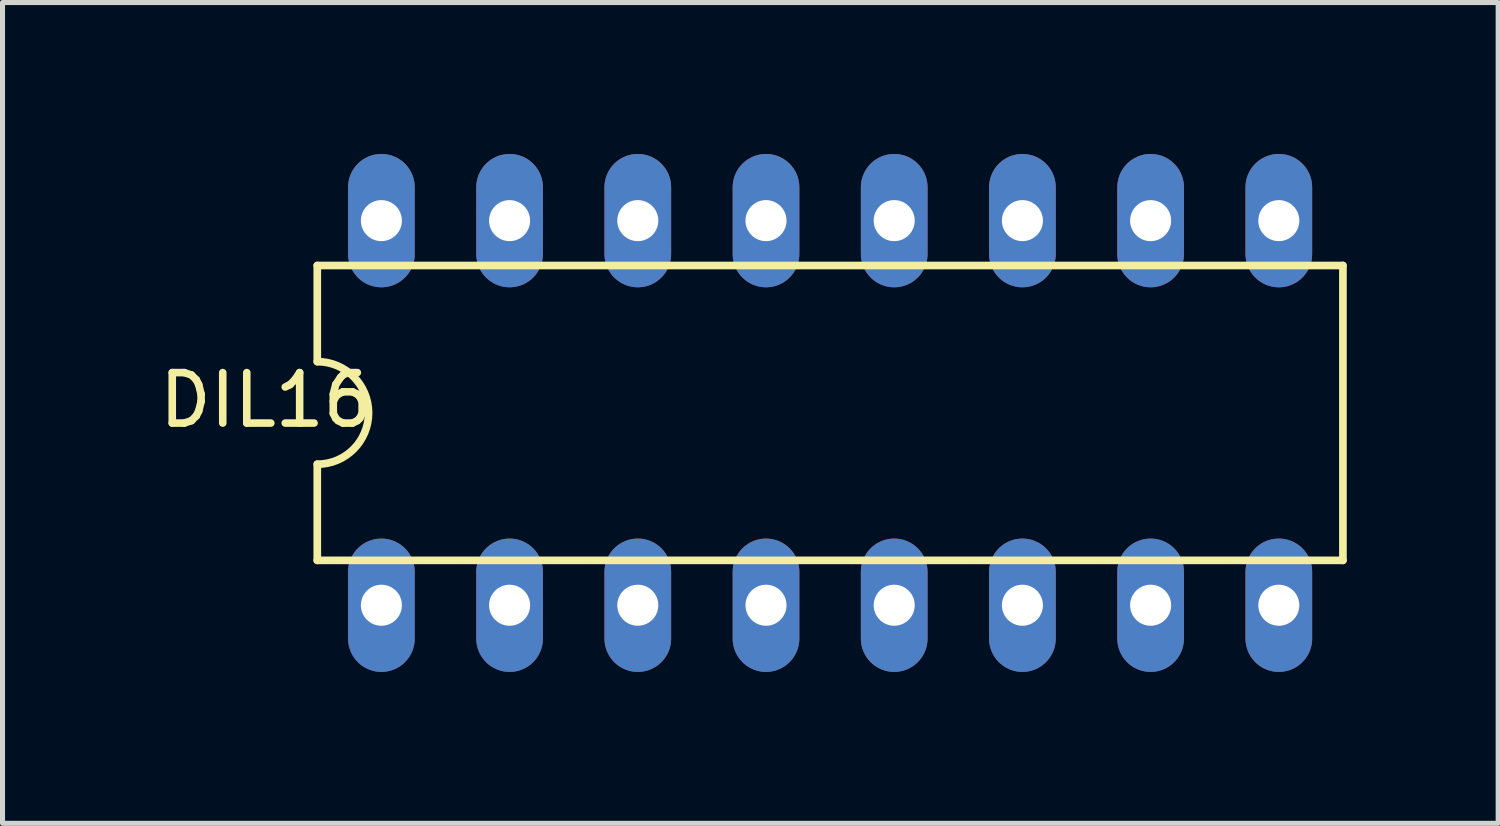
<source format=kicad_pcb>
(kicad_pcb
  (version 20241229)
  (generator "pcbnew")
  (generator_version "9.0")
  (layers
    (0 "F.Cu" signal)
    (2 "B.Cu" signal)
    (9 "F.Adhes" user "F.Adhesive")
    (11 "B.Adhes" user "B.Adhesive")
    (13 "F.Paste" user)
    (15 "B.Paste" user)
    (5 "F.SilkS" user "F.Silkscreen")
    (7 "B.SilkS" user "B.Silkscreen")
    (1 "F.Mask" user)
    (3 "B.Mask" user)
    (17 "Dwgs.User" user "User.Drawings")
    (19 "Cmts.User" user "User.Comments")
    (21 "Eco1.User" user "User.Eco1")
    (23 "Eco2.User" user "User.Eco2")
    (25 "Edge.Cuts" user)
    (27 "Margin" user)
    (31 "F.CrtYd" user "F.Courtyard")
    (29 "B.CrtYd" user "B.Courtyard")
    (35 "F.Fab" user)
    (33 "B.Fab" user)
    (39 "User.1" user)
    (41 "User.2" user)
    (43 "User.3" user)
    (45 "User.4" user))
  (footprint "DIL16"
    (layer "F.Cu")
    (at 13.396 5.131)
    (property "Reference" "DIL16" (at -11.176 -0.254 180) (layer "F.SilkS") (effects (font (size 1 1) (thickness 0.15))))
    (attr through_hole)
    (fp_line (start -10.16 -2.921) (end -10.16 -1.016) (stroke (width 0.152) (type solid)) (layer "F.SilkS"))
    (fp_line (start -10.16 2.921) (end -10.16 1.016) (stroke (width 0.152) (type solid)) (layer "F.SilkS"))
    (fp_line (start -10.16 2.921) (end 10.16 2.921) (stroke (width 0.152) (type solid)) (layer "F.SilkS"))
    (fp_line (start 10.16 -2.921) (end -10.16 -2.921) (stroke (width 0.152) (type solid)) (layer "F.SilkS"))
    (fp_line (start 10.16 -2.921) (end 10.16 2.921) (stroke (width 0.152) (type solid)) (layer "F.SilkS"))
    (fp_arc (start -10.16 -1.016) (mid -9.144 0) (end -10.16 1.016) (stroke (width 0.1524) (type solid)) (layer "F.SilkS"))
    (pad "1" thru_hole oval (at -8.89 3.81) (size 1.321 2.642) (drill 0.813) (layers "*.Cu" "*.Mask"))
    (pad "2" thru_hole oval (at -6.35 3.81) (size 1.321 2.642) (drill 0.813) (layers "*.Cu" "*.Mask"))
    (pad "3" thru_hole oval (at -3.81 3.81) (size 1.321 2.642) (drill 0.813) (layers "*.Cu" "*.Mask"))
    (pad "4" thru_hole oval (at -1.27 3.81) (size 1.321 2.642) (drill 0.813) (layers "*.Cu" "*.Mask"))
    (pad "5" thru_hole oval (at 1.27 3.81) (size 1.321 2.642) (drill 0.813) (layers "*.Cu" "*.Mask"))
    (pad "6" thru_hole oval (at 3.81 3.81) (size 1.321 2.642) (drill 0.813) (layers "*.Cu" "*.Mask"))
    (pad "7" thru_hole oval (at 6.35 3.81) (size 1.321 2.642) (drill 0.813) (layers "*.Cu" "*.Mask"))
    (pad "8" thru_hole oval (at 8.89 3.81) (size 1.321 2.642) (drill 0.813) (layers "*.Cu" "*.Mask"))
    (pad "9" thru_hole oval (at 8.89 -3.81) (size 1.321 2.642) (drill 0.813) (layers "*.Cu" "*.Mask"))
    (pad "10" thru_hole oval (at 6.35 -3.81) (size 1.321 2.642) (drill 0.813) (layers "*.Cu" "*.Mask"))
    (pad "11" thru_hole oval (at 3.81 -3.81) (size 1.321 2.642) (drill 0.813) (layers "*.Cu" "*.Mask"))
    (pad "12" thru_hole oval (at 1.27 -3.81) (size 1.321 2.642) (drill 0.813) (layers "*.Cu" "*.Mask"))
    (pad "13" thru_hole oval (at -1.27 -3.81) (size 1.321 2.642) (drill 0.813) (layers "*.Cu" "*.Mask"))
    (pad "14" thru_hole oval (at -3.81 -3.81) (size 1.321 2.642) (drill 0.813) (layers "*.Cu" "*.Mask"))
    (pad "15" thru_hole oval (at -6.35 -3.81) (size 1.321 2.642) (drill 0.813) (layers "*.Cu" "*.Mask"))
    (pad "16" thru_hole oval (at -8.89 -3.81) (size 1.321 2.642) (drill 0.813) (layers "*.Cu" "*.Mask")))
  (gr_rect
    (start -3 -3)
    (end 26.632 13.262)
    (stroke (width 0.1) (type default))
    (fill no)
    (layer "Edge.Cuts")))
</source>
